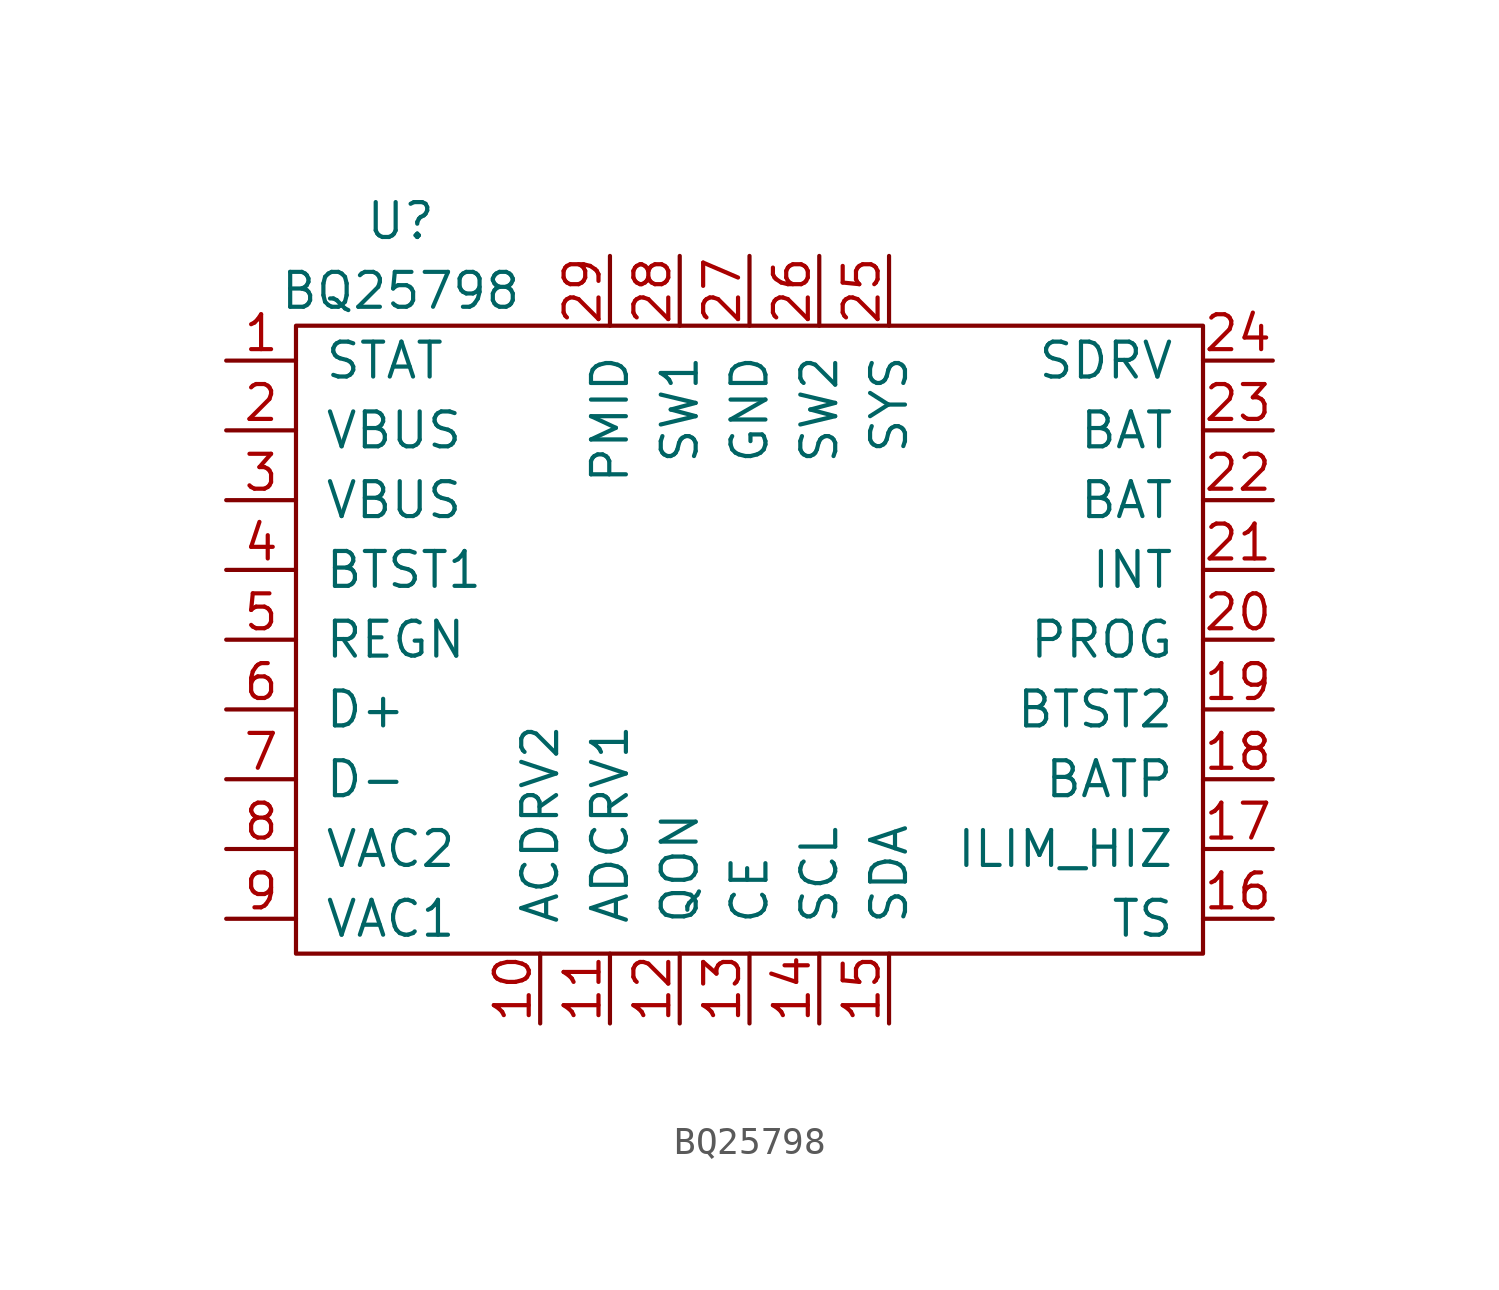
<source format=kicad_sym>
(kicad_symbol_lib
  (version 20211014)
  (generator kicad_symbol_editor)
  (symbol "BQ25798"
    (pin_names
      (offset 1.016))
    (property "Reference" "U"
      (at 6.35 5.08 0)
      (effects (font (size 1.27 1.27))))
    (property "Value" "BQ25798"
      (at 6.35 2.54 0)
      (effects (font (size 1.27 1.27))))
    (symbol "BQ25798_0_1"
      (rectangle (start 2.54 -21.59) (end 35.56 1.27) (stroke (width 0) (type default) (color 0 0 0 0)) (fill (type none))))
    (symbol "BQ25798_1_1"
      (pin input line (at 0 0 0) (length 2.54) (name "STAT" (effects (font (size 1.27 1.27)))) (number "1" (effects (font (size 1.27 1.27)))))
      (pin power_in line (at 11.43 -24.13 90) (length 2.54) (name "ACDRV2" (effects (font (size 1.27 1.27)))) (number "10" (effects (font (size 1.27 1.27)))))
      (pin power_in line (at 13.97 -24.13 90) (length 2.54) (name "ADCRV1" (effects (font (size 1.27 1.27)))) (number "11" (effects (font (size 1.27 1.27)))))
      (pin input line (at 16.51 -24.13 90) (length 2.54) (name "QON" (effects (font (size 1.27 1.27)))) (number "12" (effects (font (size 1.27 1.27)))))
      (pin input line (at 19.05 -24.13 90) (length 2.54) (name "CE" (effects (font (size 1.27 1.27)))) (number "13" (effects (font (size 1.27 1.27)))))
      (pin bidirectional line (at 21.59 -24.13 90) (length 2.54) (name "SCL" (effects (font (size 1.27 1.27)))) (number "14" (effects (font (size 1.27 1.27)))))
      (pin bidirectional line (at 24.13 -24.13 90) (length 2.54) (name "SDA" (effects (font (size 1.27 1.27)))) (number "15" (effects (font (size 1.27 1.27)))))
      (pin input line (at 38.1 -20.32 180) (length 2.54) (name "TS" (effects (font (size 1.27 1.27)))) (number "16" (effects (font (size 1.27 1.27)))))
      (pin input line (at 38.1 -17.78 180) (length 2.54) (name "ILIM_HIZ" (effects (font (size 1.27 1.27)))) (number "17" (effects (font (size 1.27 1.27)))))
      (pin input line (at 38.1 -15.24 180) (length 2.54) (name "BATP" (effects (font (size 1.27 1.27)))) (number "18" (effects (font (size 1.27 1.27)))))
      (pin input line (at 38.1 -12.7 180) (length 2.54) (name "BTST2" (effects (font (size 1.27 1.27)))) (number "19" (effects (font (size 1.27 1.27)))))
      (pin input line (at 0 -2.54 0) (length 2.54) (name "VBUS" (effects (font (size 1.27 1.27)))) (number "2" (effects (font (size 1.27 1.27)))))
      (pin input line (at 38.1 -10.16 180) (length 2.54) (name "PROG" (effects (font (size 1.27 1.27)))) (number "20" (effects (font (size 1.27 1.27)))))
      (pin input line (at 38.1 -7.62 180) (length 2.54) (name "INT" (effects (font (size 1.27 1.27)))) (number "21" (effects (font (size 1.27 1.27)))))
      (pin input line (at 38.1 -5.08 180) (length 2.54) (name "BAT" (effects (font (size 1.27 1.27)))) (number "22" (effects (font (size 1.27 1.27)))))
      (pin input line (at 38.1 -2.54 180) (length 2.54) (name "BAT" (effects (font (size 1.27 1.27)))) (number "23" (effects (font (size 1.27 1.27)))))
      (pin input line (at 38.1 0 180) (length 2.54) (name "SDRV" (effects (font (size 1.27 1.27)))) (number "24" (effects (font (size 1.27 1.27)))))
      (pin input line (at 24.13 3.81 270) (length 2.54) (name "SYS" (effects (font (size 1.27 1.27)))) (number "25" (effects (font (size 1.27 1.27)))))
      (pin input line (at 21.59 3.81 270) (length 2.54) (name "SW2" (effects (font (size 1.27 1.27)))) (number "26" (effects (font (size 1.27 1.27)))))
      (pin input line (at 19.05 3.81 270) (length 2.54) (name "GND" (effects (font (size 1.27 1.27)))) (number "27" (effects (font (size 1.27 1.27)))))
      (pin input line (at 16.51 3.81 270) (length 2.54) (name "SW1" (effects (font (size 1.27 1.27)))) (number "28" (effects (font (size 1.27 1.27)))))
      (pin input line (at 13.97 3.81 270) (length 2.54) (name "PMID" (effects (font (size 1.27 1.27)))) (number "29" (effects (font (size 1.27 1.27)))))
      (pin input line (at 0 -5.08 0) (length 2.54) (name "VBUS" (effects (font (size 1.27 1.27)))) (number "3" (effects (font (size 1.27 1.27)))))
      (pin input line (at 0 -7.62 0) (length 2.54) (name "BTST1" (effects (font (size 1.27 1.27)))) (number "4" (effects (font (size 1.27 1.27)))))
      (pin input line (at 0 -10.16 0) (length 2.54) (name "REGN" (effects (font (size 1.27 1.27)))) (number "5" (effects (font (size 1.27 1.27)))))
      (pin bidirectional line (at 0 -12.7 0) (length 2.54) (name "D+" (effects (font (size 1.27 1.27)))) (number "6" (effects (font (size 1.27 1.27)))))
      (pin bidirectional line (at 0 -15.24 0) (length 2.54) (name "D-" (effects (font (size 1.27 1.27)))) (number "7" (effects (font (size 1.27 1.27)))))
      (pin power_in line (at 0 -17.78 0) (length 2.54) (name "VAC2" (effects (font (size 1.27 1.27)))) (number "8" (effects (font (size 1.27 1.27)))))
      (pin power_in line (at 0 -20.32 0) (length 2.54) (name "VAC1" (effects (font (size 1.27 1.27)))) (number "9" (effects (font (size 1.27 1.27))))))))
</source>
